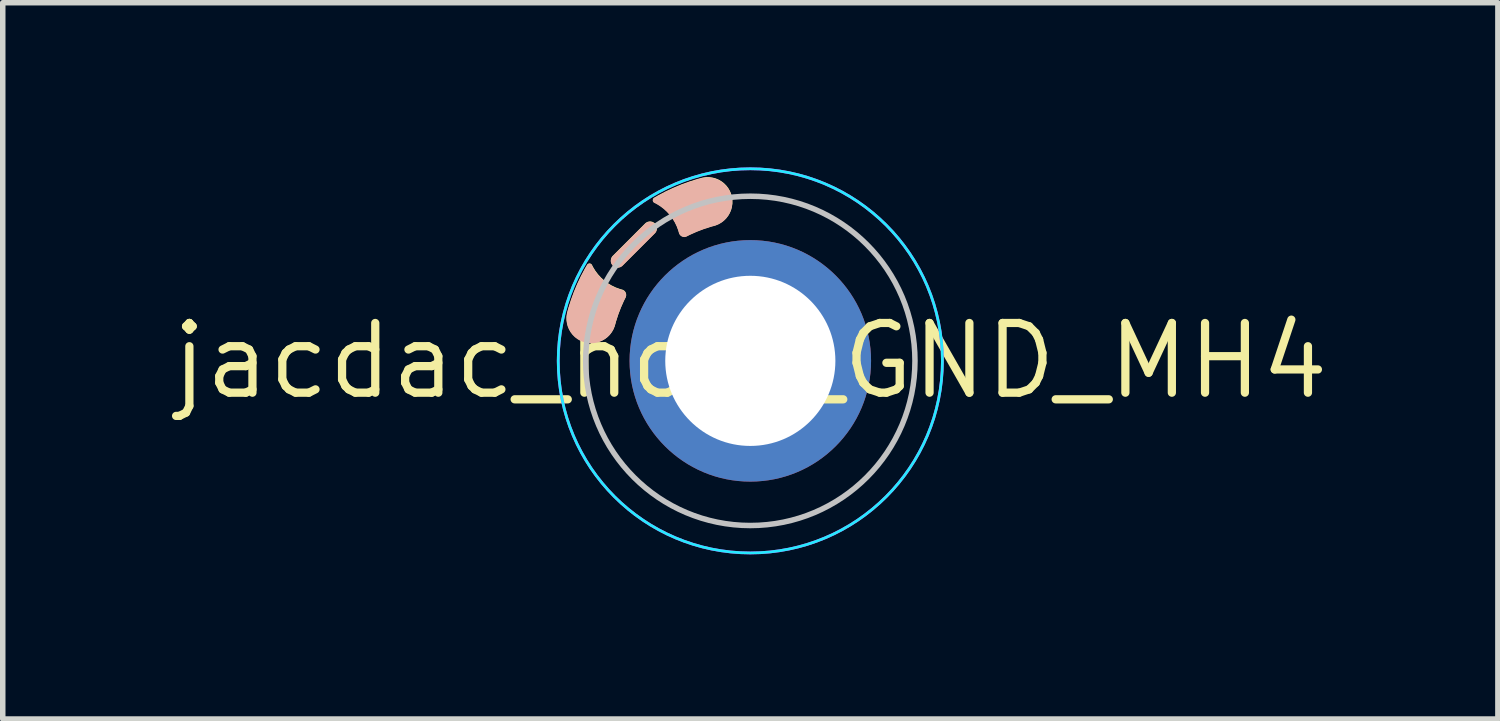
<source format=kicad_pcb>
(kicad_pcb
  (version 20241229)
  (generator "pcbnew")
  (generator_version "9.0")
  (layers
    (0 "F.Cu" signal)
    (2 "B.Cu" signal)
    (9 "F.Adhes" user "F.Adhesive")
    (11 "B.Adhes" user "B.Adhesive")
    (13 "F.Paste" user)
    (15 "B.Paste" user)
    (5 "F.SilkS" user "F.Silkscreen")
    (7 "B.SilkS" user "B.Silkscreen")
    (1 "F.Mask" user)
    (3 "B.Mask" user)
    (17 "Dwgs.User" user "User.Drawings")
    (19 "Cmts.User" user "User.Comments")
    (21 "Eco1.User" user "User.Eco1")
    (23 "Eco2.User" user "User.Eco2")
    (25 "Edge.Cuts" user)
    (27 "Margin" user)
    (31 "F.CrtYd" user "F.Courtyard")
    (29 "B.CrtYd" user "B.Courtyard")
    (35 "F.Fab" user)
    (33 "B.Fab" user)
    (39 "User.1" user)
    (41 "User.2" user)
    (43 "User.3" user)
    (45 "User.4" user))
  (footprint "jacdac_hole_GND_MH4"
    (layer "F.Cu")
    (at 10.621 3.525)
    (property "Reference" "jacdac_hole_GND_MH4" (at 0 0 0) (layer "F.SilkS") (effects (font (size 1.27 1.27) (thickness 0.15))))
    (attr exclude_from_pos_files exclude_from_bom)
    (fp_circle (center 0 0) (end 0 -2.5) (stroke (width 0.1) (type solid)) (fill yes) (layer "F.Mask"))
    (fp_circle (center 0 0) (end 0 -2.5) (stroke (width 0.1) (type solid)) (fill yes) (layer "B.Mask"))
    (fp_poly (pts (arc (start -2.503912 -1.915506) (mid -2.503913 -1.738729) (end -2.327135 -1.738729)) (arc (start -1.738729 -2.327135) (mid -1.73873 -2.503912) (end -1.915506 -2.503912))) (stroke (width 0) (type solid)) (fill yes) (layer "F.SilkS"))
    (fp_poly (pts (arc (start -2.27249 -1.156844) (mid -2.380797 -0.913403) (end -2.463111 -0.659989)) (arc (start -2.463111 -0.659989) (mid -3.014247 -0.341791) (end -3.332444 -0.892926)) (arc (start -3.332444 -0.892926) (mid -3.181621 -1.334087) (end -2.972693 -1.750884)) (arc (start -2.972693 -1.750884) (mid -2.927688 -1.775472) (end -2.884706 -1.747498)) (arc (start -2.884706 -1.747498) (mid -2.659468 -1.463371) (end -2.336314 -1.298959)) (arc (start -2.336314 -1.298959) (mid -2.270384 -1.243179) (end -2.27249 -1.156844))) (stroke (width 0) (type solid)) (fill yes) (layer "F.SilkS"))
    (fp_poly (pts (arc (start -1.298959 -2.336314) (mid -1.243179 -2.270384) (end -1.156844 -2.27249)) (arc (start -1.156844 -2.27249) (mid -0.913403 -2.380797) (end -0.659989 -2.463111)) (arc (start -0.659989 -2.463111) (mid -0.341792 -3.014246) (end -0.892926 -3.332444)) (arc (start -0.892926 -3.332444) (mid -1.334087 -3.181621) (end -1.750884 -2.972693)) (arc (start -1.750884 -2.972693) (mid -1.775472 -2.927688) (end -1.747498 -2.884706)) (arc (start -1.747498 -2.884706) (mid -1.463371 -2.659468) (end -1.298959 -2.336314))) (stroke (width 0) (type solid)) (fill yes) (layer "F.SilkS"))
    (fp_poly (pts (arc (start -2.505774 -1.909904) (mid -2.505775 -1.733127) (end -2.328997 -1.733127)) (arc (start -1.740591 -2.321533) (mid -1.740592 -2.49831) (end -1.917368 -2.49831))) (stroke (width 0) (type solid)) (fill yes) (layer "B.SilkS"))
    (fp_poly (pts (arc (start -2.274352 -1.151242) (mid -2.382659 -0.907801) (end -2.464973 -0.654387)) (arc (start -2.464973 -0.654387) (mid -3.016109 -0.336189) (end -3.334306 -0.887324)) (arc (start -3.334306 -0.887324) (mid -3.183483 -1.328485) (end -2.974555 -1.745282)) (arc (start -2.974555 -1.745282) (mid -2.92955 -1.76987) (end -2.886568 -1.741896)) (arc (start -2.886568 -1.741896) (mid -2.66133 -1.457769) (end -2.338176 -1.293357)) (arc (start -2.338176 -1.293357) (mid -2.272246 -1.237577) (end -2.274352 -1.151242))) (stroke (width 0) (type solid)) (fill yes) (layer "B.SilkS"))
    (fp_poly (pts (arc (start -1.300821 -2.330712) (mid -1.245041 -2.264782) (end -1.158706 -2.266888)) (arc (start -1.158706 -2.266888) (mid -0.915265 -2.375195) (end -0.661851 -2.457509)) (arc (start -0.661851 -2.457509) (mid -0.343654 -3.008644) (end -0.894788 -3.326842)) (arc (start -0.894788 -3.326842) (mid -1.335949 -3.176019) (end -1.752746 -2.967091)) (arc (start -1.752746 -2.967091) (mid -1.777334 -2.922086) (end -1.74936 -2.879104)) (arc (start -1.74936 -2.879104) (mid -1.465233 -2.653866) (end -1.300821 -2.330712))) (stroke (width 0) (type solid)) (fill yes) (layer "B.SilkS"))
    (fp_circle (center 0 0) (end 0 -3) (stroke (width 0.1) (type default)) (fill no) (layer "Dwgs.User"))
    (fp_circle (center 0 0) (end 3.5 0) (stroke (width 0.05) (type default)) (fill no) (layer "B.CrtYd"))
    (fp_circle (center 0 0) (end 3.5 0) (stroke (width 0.05) (type default)) (fill no) (layer "F.CrtYd"))
    (pad "MH4" thru_hole circle (at 0 0 90) (size 4.4 4.4) (drill 3.1) (property pad_prop_heatsink) (layers "*.Cu" "*.Mask"))
    (zone (net_name "") (layers "F.Cu" "B.Cu") (hatch edge 0.508) (connect_pads) (min_thickness 0.254) (filled_areas_thickness no) (keepout (tracks allowed) (vias allowed) (pads allowed) (copperpour not_allowed) (footprints allowed)) (placement (enabled no)) (fill) (polygon (pts (xy 10.621 0.52) (xy 10.272 0.54) (xy 9.928 0.601) (xy 9.593 0.701) (xy 9.272 0.84) (xy 8.97 1.014) (xy 8.689 1.223) (xy 8.435 1.463) (xy 8.21 1.73) (xy 8.018 2.022) (xy 7.862 2.335) (xy 7.742 2.663) (xy 7.661 3.003) (xy 7.621 3.35) (xy 7.621 3.7) (xy 7.661 4.047) (xy 7.742 4.387) (xy 7.862 4.715) (xy 8.018 5.028) (xy 8.21 5.32) (xy 8.435 5.587) (xy 8.689 5.827) (xy 8.97 6.036) (xy 9.272 6.21) (xy 9.593 6.349) (xy 9.928 6.449) (xy 10.272 6.51) (xy 10.621 6.53) (xy 10.97 6.51) (xy 11.314 6.449) (xy 11.649 6.349) (xy 11.97 6.21) (xy 12.272 6.036) (xy 12.552 5.827) (xy 12.807 5.587) (xy 13.031 5.32) (xy 13.223 5.028) (xy 13.38 4.715) (xy 13.5 4.387) (xy 13.58 4.047) (xy 13.621 3.7) (xy 13.621 3.35) (xy 13.58 3.003) (xy 13.5 2.663) (xy 13.38 2.335) (xy 13.223 2.022) (xy 13.031 1.73) (xy 12.807 1.463) (xy 12.552 1.223) (xy 12.272 1.014) (xy 11.97 0.84) (xy 11.649 0.701) (xy 11.314 0.601) (xy 10.97 0.54)))))
  (gr_rect
    (start -3 -3)
    (end 24.242 10.05)
    (stroke (width 0.1) (type default))
    (fill no)
    (layer "Edge.Cuts")))
</source>
